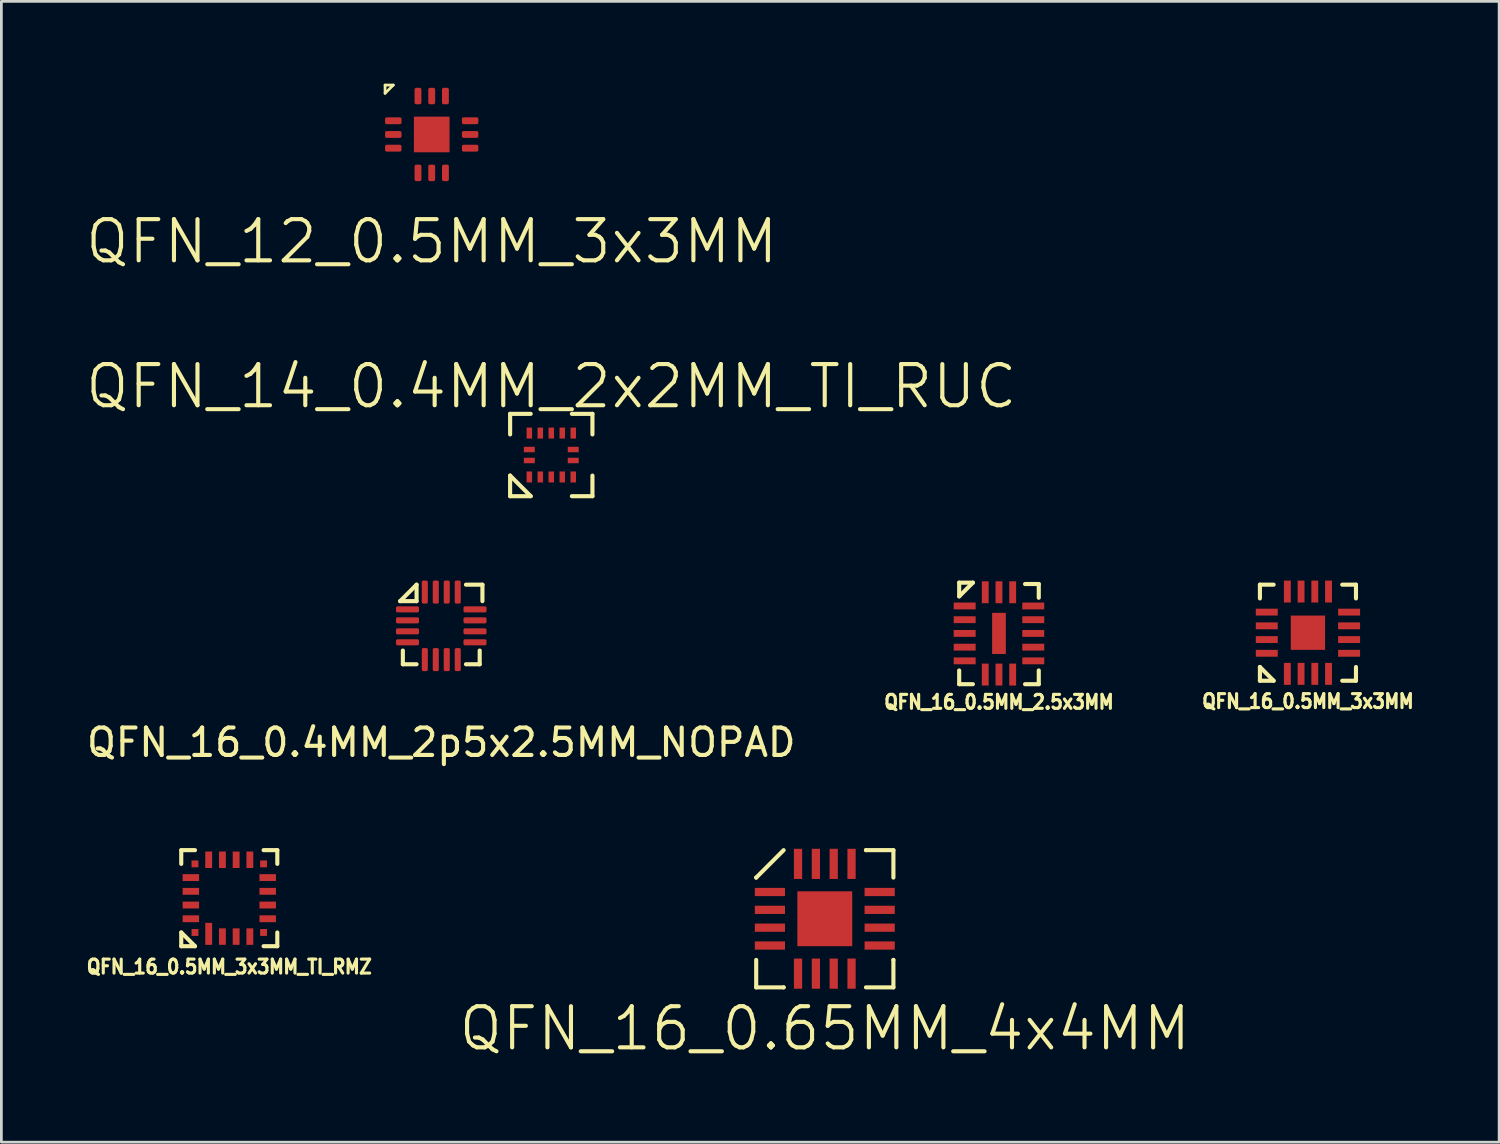
<source format=kicad_pcb>
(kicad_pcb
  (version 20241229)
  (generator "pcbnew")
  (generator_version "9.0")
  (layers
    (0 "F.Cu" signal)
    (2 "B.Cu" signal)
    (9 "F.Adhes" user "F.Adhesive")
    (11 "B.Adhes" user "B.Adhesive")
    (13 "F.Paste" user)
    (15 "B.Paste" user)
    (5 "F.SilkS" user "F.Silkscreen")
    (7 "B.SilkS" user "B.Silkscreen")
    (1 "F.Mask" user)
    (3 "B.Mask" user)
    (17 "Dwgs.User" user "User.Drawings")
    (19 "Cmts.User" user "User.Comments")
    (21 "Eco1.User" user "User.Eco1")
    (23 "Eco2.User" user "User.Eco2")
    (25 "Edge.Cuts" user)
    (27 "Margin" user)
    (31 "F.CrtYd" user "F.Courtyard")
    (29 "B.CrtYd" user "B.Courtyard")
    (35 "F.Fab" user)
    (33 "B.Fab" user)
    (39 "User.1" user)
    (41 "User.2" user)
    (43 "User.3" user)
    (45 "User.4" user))
  (footprint "QFN_12_0.5MM_3x3MM"
    (layer "F.Cu")
    (at 12.682 1.85)
    (property "Reference" "QFN_12_0.5MM_3x3MM" (at 0 3.9 0) (layer "F.SilkS") (effects (font (size 1.5 1.5) (thickness 0.15))))
    (attr through_hole)
    (fp_line (start -1.7 -1.8) (end -1.7 -1.5) (stroke (width 0.1) (type solid)) (layer "F.SilkS"))
    (fp_line (start -1.7 -1.5) (end -1.4 -1.8) (stroke (width 0.1) (type solid)) (layer "F.SilkS"))
    (fp_line (start -1.4 -1.8) (end -1.7 -1.8) (stroke (width 0.1) (type solid)) (layer "F.SilkS"))
    (pad "1" smd roundrect (at -1.4 -0.5) (size 0.6 0.25) (layers "F.Cu" "F.Mask" "F.Paste") (roundrect_rratio 0.25))
    (pad "2" smd roundrect (at -1.4 0) (size 0.6 0.25) (layers "F.Cu" "F.Mask" "F.Paste") (roundrect_rratio 0.25))
    (pad "3" smd roundrect (at -1.4 0.5) (size 0.6 0.25) (layers "F.Cu" "F.Mask" "F.Paste") (roundrect_rratio 0.25))
    (pad "4" smd roundrect (at -0.5 1.4 90) (size 0.6 0.25) (layers "F.Cu" "F.Mask" "F.Paste") (roundrect_rratio 0.25))
    (pad "5" smd roundrect (at 0 1.4 90) (size 0.6 0.25) (layers "F.Cu" "F.Mask" "F.Paste") (roundrect_rratio 0.25))
    (pad "6" smd roundrect (at 0.5 1.4 90) (size 0.6 0.25) (layers "F.Cu" "F.Mask" "F.Paste") (roundrect_rratio 0.25))
    (pad "7" smd roundrect (at 1.4 0.5) (size 0.6 0.25) (layers "F.Cu" "F.Mask" "F.Paste") (roundrect_rratio 0.25))
    (pad "8" smd roundrect (at 1.4 0) (size 0.6 0.25) (layers "F.Cu" "F.Mask" "F.Paste") (roundrect_rratio 0.25))
    (pad "9" smd roundrect (at 1.4 -0.5) (size 0.6 0.25) (layers "F.Cu" "F.Mask" "F.Paste") (roundrect_rratio 0.25))
    (pad "10" smd roundrect (at 0.5 -1.4 90) (size 0.6 0.25) (layers "F.Cu" "F.Mask" "F.Paste") (roundrect_rratio 0.25))
    (pad "11" smd roundrect (at 0 -1.4 90) (size 0.6 0.25) (layers "F.Cu" "F.Mask" "F.Paste") (roundrect_rratio 0.25))
    (pad "12" smd roundrect (at -0.5 -1.4 90) (size 0.6 0.25) (layers "F.Cu" "F.Mask" "F.Paste") (roundrect_rratio 0.25))
    (pad "PAD" smd rect (at 0 0 90) (size 1.3 1.3) (layers "F.Cu" "F.Mask" "F.Paste")))
  (footprint "QFN_16_0.4MM_2p5x2.5MM_NOPAD"
    (layer "F.Cu")
    (at 13.03 19.756)
    (property "Reference" "QFN_16_0.4MM_2p5x2.5MM_NOPAD" (at 0 4.25 0) (layer "F.SilkS") (effects (font (size 1 1) (thickness 0.15))))
    (attr through_hole)
    (fp_line (start -1.5 -0.9) (end -0.9 -1.5) (stroke (width 0.15) (type solid)) (layer "F.SilkS"))
    (fp_line (start -1.4 0.9) (end -1.4 1.4) (stroke (width 0.15) (type solid)) (layer "F.SilkS"))
    (fp_line (start -1.4 1.4) (end -0.9 1.4) (stroke (width 0.15) (type solid)) (layer "F.SilkS"))
    (fp_line (start -0.9 -1.5) (end -0.9 -0.9) (stroke (width 0.15) (type solid)) (layer "F.SilkS"))
    (fp_line (start -0.9 -0.9) (end -1.5 -0.9) (stroke (width 0.15) (type solid)) (layer "F.SilkS"))
    (fp_line (start 0.9 -1.5) (end 1.5 -1.5) (stroke (width 0.15) (type solid)) (layer "F.SilkS"))
    (fp_line (start 0.9 1.4) (end 1.4 1.4) (stroke (width 0.15) (type solid)) (layer "F.SilkS"))
    (fp_line (start 1.4 1.4) (end 1.4 0.9) (stroke (width 0.15) (type solid)) (layer "F.SilkS"))
    (fp_line (start 1.5 -1.5) (end 1.5 -0.9) (stroke (width 0.15) (type solid)) (layer "F.SilkS"))
    (pad "1" smd roundrect (at -1.23 -0.6) (size 0.84 0.22) (layers "F.Cu" "F.Mask" "F.Paste") (roundrect_rratio 0.25))
    (pad "2" smd roundrect (at -1.23 -0.2) (size 0.84 0.22) (layers "F.Cu" "F.Mask" "F.Paste") (roundrect_rratio 0.25))
    (pad "3" smd roundrect (at -1.23 0.2) (size 0.84 0.22) (layers "F.Cu" "F.Mask" "F.Paste") (roundrect_rratio 0.25))
    (pad "4" smd roundrect (at -1.23 0.6) (size 0.84 0.22) (layers "F.Cu" "F.Mask" "F.Paste") (roundrect_rratio 0.25))
    (pad "5" smd roundrect (at -0.6 1.23 90) (size 0.84 0.22) (layers "F.Cu" "F.Mask" "F.Paste") (roundrect_rratio 0.25))
    (pad "6" smd roundrect (at -0.2 1.23 90) (size 0.84 0.22) (layers "F.Cu" "F.Mask" "F.Paste") (roundrect_rratio 0.25))
    (pad "7" smd roundrect (at 0.2 1.23 90) (size 0.84 0.22) (layers "F.Cu" "F.Mask" "F.Paste") (roundrect_rratio 0.25))
    (pad "8" smd roundrect (at 0.6 1.23 90) (size 0.84 0.22) (layers "F.Cu" "F.Mask" "F.Paste") (roundrect_rratio 0.25))
    (pad "9" smd roundrect (at 1.23 0.6) (size 0.84 0.22) (layers "F.Cu" "F.Mask" "F.Paste") (roundrect_rratio 0.25))
    (pad "10" smd roundrect (at 1.23 0.2) (size 0.84 0.22) (layers "F.Cu" "F.Mask" "F.Paste") (roundrect_rratio 0.25))
    (pad "11" smd roundrect (at 1.23 -0.2) (size 0.84 0.22) (layers "F.Cu" "F.Mask" "F.Paste") (roundrect_rratio 0.25))
    (pad "12" smd roundrect (at 1.23 -0.6) (size 0.84 0.22) (layers "F.Cu" "F.Mask" "F.Paste") (roundrect_rratio 0.25))
    (pad "13" smd roundrect (at 0.6 -1.23 90) (size 0.84 0.22) (layers "F.Cu" "F.Mask" "F.Paste") (roundrect_rratio 0.25))
    (pad "14" smd roundrect (at 0.2 -1.23 90) (size 0.84 0.22) (layers "F.Cu" "F.Mask" "F.Paste") (roundrect_rratio 0.25))
    (pad "15" smd roundrect (at -0.2 -1.23 90) (size 0.84 0.22) (layers "F.Cu" "F.Mask" "F.Paste") (roundrect_rratio 0.25))
    (pad "16" smd roundrect (at -0.6 -1.23 90) (size 0.84 0.22) (layers "F.Cu" "F.Mask" "F.Paste") (roundrect_rratio 0.25)))
  (footprint "QFN_16_0.5MM_3x3MM"
    (layer "F.Cu")
    (at 44.612 20.006)
    (property "Reference" "QFN_16_0.5MM_3x3MM" (at 0 2.5 0) (layer "F.SilkS") (effects (font (size 0.508 0.457) (thickness 0.114))))
    (attr through_hole)
    (fp_line (start -1.75 -1.75) (end -1.25 -1.75) (stroke (width 0.15) (type solid)) (layer "F.SilkS"))
    (fp_line (start -1.75 -1.25) (end -1.75 -1.75) (stroke (width 0.15) (type solid)) (layer "F.SilkS"))
    (fp_line (start -1.75 1.25) (end -1.25 1.75) (stroke (width 0.15) (type solid)) (layer "F.SilkS"))
    (fp_line (start -1.75 1.75) (end -1.75 1.25) (stroke (width 0.15) (type solid)) (layer "F.SilkS"))
    (fp_line (start -1.25 1.75) (end -1.75 1.75) (stroke (width 0.15) (type solid)) (layer "F.SilkS"))
    (fp_line (start 1.25 -1.75) (end 1.75 -1.75) (stroke (width 0.15) (type solid)) (layer "F.SilkS"))
    (fp_line (start 1.75 -1.75) (end 1.75 -1.25) (stroke (width 0.15) (type solid)) (layer "F.SilkS"))
    (fp_line (start 1.75 1.25) (end 1.75 1.75) (stroke (width 0.15) (type solid)) (layer "F.SilkS"))
    (fp_line (start 1.75 1.75) (end 1.25 1.75) (stroke (width 0.15) (type solid)) (layer "F.SilkS"))
    (pad "1" smd rect (at -0.75 1.5) (size 0.25 0.8) (layers "F.Cu" "F.Mask" "F.Paste"))
    (pad "2" smd rect (at -0.25 1.5) (size 0.25 0.8) (layers "F.Cu" "F.Mask" "F.Paste"))
    (pad "3" smd rect (at 0.25 1.5) (size 0.25 0.8) (layers "F.Cu" "F.Mask" "F.Paste"))
    (pad "4" smd rect (at 0.75 1.5) (size 0.25 0.8) (layers "F.Cu" "F.Mask" "F.Paste"))
    (pad "5" smd rect (at 1.5 0.75 90) (size 0.25 0.8) (layers "F.Cu" "F.Mask" "F.Paste"))
    (pad "6" smd rect (at 1.5 0.25 90) (size 0.25 0.8) (layers "F.Cu" "F.Mask" "F.Paste"))
    (pad "7" smd rect (at 1.5 -0.25 90) (size 0.25 0.8) (layers "F.Cu" "F.Mask" "F.Paste"))
    (pad "8" smd rect (at 1.5 -0.75 270) (size 0.25 0.8) (layers "F.Cu" "F.Mask" "F.Paste"))
    (pad "9" smd rect (at 0.75 -1.5) (size 0.25 0.8) (layers "F.Cu" "F.Mask" "F.Paste"))
    (pad "10" smd rect (at 0.25 -1.5) (size 0.25 0.8) (layers "F.Cu" "F.Mask" "F.Paste"))
    (pad "11" smd rect (at -0.25 -1.5) (size 0.25 0.8) (layers "F.Cu" "F.Mask" "F.Paste"))
    (pad "12" smd rect (at -0.75 -1.5) (size 0.25 0.8) (layers "F.Cu" "F.Mask" "F.Paste"))
    (pad "13" smd rect (at -1.5 -0.75 90) (size 0.25 0.8) (layers "F.Cu" "F.Mask" "F.Paste"))
    (pad "14" smd rect (at -1.5 -0.25 90) (size 0.25 0.8) (layers "F.Cu" "F.Mask" "F.Paste"))
    (pad "15" smd rect (at -1.5 0.25 90) (size 0.25 0.8) (layers "F.Cu" "F.Mask" "F.Paste"))
    (pad "16" smd rect (at -1.5 0.75 90) (size 0.25 0.8) (layers "F.Cu" "F.Mask" "F.Paste"))
    (pad "PAD" smd rect (at -0.25 -0.25) (size 0.5 0.5) (layers "F.Cu" "F.Paste"))
    (pad "PAD" smd rect (at -0.25 0.25) (size 0.5 0.5) (layers "F.Cu" "F.Paste"))
    (pad "PAD" smd rect (at 0 0) (size 1.25 1.25) (layers "F.Cu" "F.Mask"))
    (pad "PAD" smd rect (at 0.25 -0.25) (size 0.5 0.5) (layers "F.Cu" "F.Paste"))
    (pad "PAD" smd rect (at 0.25 0.25) (size 0.5 0.5) (layers "F.Cu" "F.Paste")))
  (footprint "QFN_16_0.5MM_2.5x3MM"
    (layer "F.Cu")
    (at 33.353 20.032)
    (property "Reference" "QFN_16_0.5MM_2.5x3MM" (at 0 2.5 0) (layer "F.SilkS") (effects (font (size 0.508 0.457) (thickness 0.114))))
    (attr through_hole)
    (fp_line (start -1.45 -1.85) (end -0.95 -1.85) (stroke (width 0.15) (type solid)) (layer "F.SilkS"))
    (fp_line (start -1.45 -1.35) (end -1.45 -1.85) (stroke (width 0.15) (type solid)) (layer "F.SilkS"))
    (fp_line (start -1.45 1.85) (end -1.45 1.35) (stroke (width 0.15) (type solid)) (layer "F.SilkS"))
    (fp_line (start -0.95 -1.85) (end -1.45 -1.35) (stroke (width 0.15) (type solid)) (layer "F.SilkS"))
    (fp_line (start -0.95 1.85) (end -1.45 1.85) (stroke (width 0.15) (type solid)) (layer "F.SilkS"))
    (fp_line (start 0.95 -1.8) (end 1.45 -1.8) (stroke (width 0.15) (type solid)) (layer "F.SilkS"))
    (fp_line (start 1.45 -1.8) (end 1.45 -1.3) (stroke (width 0.15) (type solid)) (layer "F.SilkS"))
    (fp_line (start 1.45 1.35) (end 1.45 1.85) (stroke (width 0.15) (type solid)) (layer "F.SilkS"))
    (fp_line (start 1.45 1.85) (end 0.95 1.85) (stroke (width 0.15) (type solid)) (layer "F.SilkS"))
    (pad "1" smd rect (at -1.25 -1 270) (size 0.25 0.8) (layers "F.Cu" "F.Mask" "F.Paste"))
    (pad "2" smd rect (at -1.25 -0.5 270) (size 0.25 0.8) (layers "F.Cu" "F.Mask" "F.Paste"))
    (pad "3" smd rect (at -1.25 0 270) (size 0.25 0.8) (layers "F.Cu" "F.Mask" "F.Paste"))
    (pad "4" smd rect (at -1.25 0.5 270) (size 0.25 0.8) (layers "F.Cu" "F.Mask" "F.Paste"))
    (pad "5" smd rect (at -1.25 1 270) (size 0.25 0.8) (layers "F.Cu" "F.Mask" "F.Paste"))
    (pad "6" smd rect (at -0.5 1.5) (size 0.25 0.8) (layers "F.Cu" "F.Mask" "F.Paste"))
    (pad "7" smd rect (at 0 1.5) (size 0.25 0.8) (layers "F.Cu" "F.Mask" "F.Paste"))
    (pad "8" smd rect (at 0.5 1.5 180) (size 0.25 0.8) (layers "F.Cu" "F.Mask" "F.Paste"))
    (pad "9" smd rect (at 1.25 1 270) (size 0.25 0.8) (layers "F.Cu" "F.Mask" "F.Paste"))
    (pad "10" smd rect (at 1.25 0.5 270) (size 0.25 0.8) (layers "F.Cu" "F.Mask" "F.Paste"))
    (pad "11" smd rect (at 1.25 0 270) (size 0.25 0.8) (layers "F.Cu" "F.Mask" "F.Paste"))
    (pad "12" smd rect (at 1.25 -0.5 270) (size 0.25 0.8) (layers "F.Cu" "F.Mask" "F.Paste"))
    (pad "13" smd rect (at 1.25 -1 90) (size 0.25 0.8) (layers "F.Cu" "F.Mask" "F.Paste"))
    (pad "14" smd rect (at 0.5 -1.5) (size 0.25 0.8) (layers "F.Cu" "F.Mask" "F.Paste"))
    (pad "15" smd rect (at 0 -1.5) (size 0.25 0.8) (layers "F.Cu" "F.Mask" "F.Paste"))
    (pad "16" smd rect (at -0.5 -1.5) (size 0.25 0.8) (layers "F.Cu" "F.Mask" "F.Paste"))
    (pad "PAD" smd rect (at 0 0) (size 0.5 1.5) (layers "F.Cu" "F.Mask" "F.Paste")))
  (footprint "QFN_14_0.4MM_2x2MM_TI_RUC"
    (layer "F.Cu")
    (at 17.039 13.531)
    (property "Reference" "QFN_14_0.4MM_2x2MM_TI_RUC" (at 0 -2.5 0) (layer "F.SilkS") (effects (font (size 1.5 1.5) (thickness 0.15))))
    (attr through_hole)
    (fp_line (start -1.5 -1.5) (end -1.5 -0.75) (stroke (width 0.15) (type solid)) (layer "F.SilkS"))
    (fp_line (start -1.5 0.75) (end -1.5 1.5) (stroke (width 0.15) (type solid)) (layer "F.SilkS"))
    (fp_line (start -1.5 1.5) (end -0.75 1.5) (stroke (width 0.15) (type solid)) (layer "F.SilkS"))
    (fp_line (start -0.75 -1.5) (end -1.5 -1.5) (stroke (width 0.15) (type solid)) (layer "F.SilkS"))
    (fp_line (start -0.75 1.5) (end -1.5 0.75) (stroke (width 0.15) (type solid)) (layer "F.SilkS"))
    (fp_line (start 0.75 -1.5) (end 1.5 -1.5) (stroke (width 0.15) (type solid)) (layer "F.SilkS"))
    (fp_line (start 1.5 -1.5) (end 1.5 -0.75) (stroke (width 0.15) (type solid)) (layer "F.SilkS"))
    (fp_line (start 1.5 0.75) (end 1.5 1.5) (stroke (width 0.15) (type solid)) (layer "F.SilkS"))
    (fp_line (start 1.5 1.5) (end 0.75 1.5) (stroke (width 0.15) (type solid)) (layer "F.SilkS"))
    (pad "1" smd rect (at -0.8 0.8) (size 0.2 0.4) (layers "F.Cu" "F.Mask" "F.Paste"))
    (pad "2" smd rect (at -0.4 0.8) (size 0.2 0.4) (layers "F.Cu" "F.Mask" "F.Paste"))
    (pad "3" smd rect (at 0 0.8) (size 0.2 0.4) (layers "F.Cu" "F.Mask" "F.Paste"))
    (pad "4" smd rect (at 0.4 0.8) (size 0.2 0.4) (layers "F.Cu" "F.Mask" "F.Paste"))
    (pad "5" smd rect (at 0.8 0.8) (size 0.2 0.4) (layers "F.Cu" "F.Mask" "F.Paste"))
    (pad "6" smd rect (at 0.8 0.2 90) (size 0.2 0.4) (layers "F.Cu" "F.Mask" "F.Paste"))
    (pad "7" smd rect (at 0.8 -0.2 90) (size 0.2 0.4) (layers "F.Cu" "F.Mask" "F.Paste"))
    (pad "8" smd rect (at 0.8 -0.8) (size 0.2 0.4) (layers "F.Cu" "F.Mask" "F.Paste"))
    (pad "9" smd rect (at 0.4 -0.8) (size 0.2 0.4) (layers "F.Cu" "F.Mask" "F.Paste"))
    (pad "10" smd rect (at 0 -0.8) (size 0.2 0.4) (layers "F.Cu" "F.Mask" "F.Paste"))
    (pad "11" smd rect (at -0.4 -0.8) (size 0.2 0.4) (layers "F.Cu" "F.Mask" "F.Paste"))
    (pad "12" smd rect (at -0.8 -0.8) (size 0.2 0.4) (layers "F.Cu" "F.Mask" "F.Paste"))
    (pad "13" smd rect (at -0.8 -0.2 90) (size 0.2 0.4) (layers "F.Cu" "F.Mask" "F.Paste"))
    (pad "14" smd rect (at -0.8 0.2 90) (size 0.2 0.4) (layers "F.Cu" "F.Mask" "F.Paste")))
  (footprint "QFN_16_0.5MM_3x3MM_TI_RMZ"
    (layer "F.Cu")
    (at 5.305 29.68)
    (property "Reference" "QFN_16_0.5MM_3x3MM_TI_RMZ" (at 0 2.5 0) (layer "F.SilkS") (effects (font (size 0.508 0.457) (thickness 0.114))))
    (attr through_hole)
    (fp_line (start -1.75 -1.75) (end -1.25 -1.75) (stroke (width 0.15) (type solid)) (layer "F.SilkS"))
    (fp_line (start -1.75 -1.25) (end -1.75 -1.75) (stroke (width 0.15) (type solid)) (layer "F.SilkS"))
    (fp_line (start -1.75 1.25) (end -1.25 1.75) (stroke (width 0.15) (type solid)) (layer "F.SilkS"))
    (fp_line (start -1.75 1.75) (end -1.75 1.25) (stroke (width 0.15) (type solid)) (layer "F.SilkS"))
    (fp_line (start -1.25 1.75) (end -1.75 1.75) (stroke (width 0.15) (type solid)) (layer "F.SilkS"))
    (fp_line (start 1.25 -1.75) (end 1.75 -1.75) (stroke (width 0.15) (type solid)) (layer "F.SilkS"))
    (fp_line (start 1.75 -1.75) (end 1.75 -1.25) (stroke (width 0.15) (type solid)) (layer "F.SilkS"))
    (fp_line (start 1.75 1.25) (end 1.75 1.75) (stroke (width 0.15) (type solid)) (layer "F.SilkS"))
    (fp_line (start 1.75 1.75) (end 1.25 1.75) (stroke (width 0.15) (type solid)) (layer "F.SilkS"))
    (pad "1" smd rect (at -0.75 1.3) (size 0.25 0.8) (layers "F.Cu" "F.Mask" "F.Paste"))
    (pad "2" smd rect (at -0.25 1.4) (size 0.25 0.6) (layers "F.Cu" "F.Mask" "F.Paste"))
    (pad "3" smd rect (at 0.25 1.4) (size 0.25 0.6) (layers "F.Cu" "F.Mask" "F.Paste"))
    (pad "4" smd rect (at 0.75 1.4) (size 0.25 0.6) (layers "F.Cu" "F.Mask" "F.Paste"))
    (pad "5" smd rect (at 1.4 0.75 90) (size 0.25 0.6) (layers "F.Cu" "F.Mask" "F.Paste"))
    (pad "6" smd rect (at 1.4 0.25 90) (size 0.25 0.6) (layers "F.Cu" "F.Mask" "F.Paste"))
    (pad "7" smd rect (at 1.4 -0.25 90) (size 0.25 0.6) (layers "F.Cu" "F.Mask" "F.Paste"))
    (pad "8" smd rect (at 1.4 -0.75 270) (size 0.25 0.6) (layers "F.Cu" "F.Mask" "F.Paste"))
    (pad "9" smd rect (at 0.75 -1.4) (size 0.25 0.6) (layers "F.Cu" "F.Mask" "F.Paste"))
    (pad "10" smd rect (at 0.25 -1.4) (size 0.25 0.6) (layers "F.Cu" "F.Mask" "F.Paste"))
    (pad "11" smd rect (at -0.25 -1.4) (size 0.25 0.6) (layers "F.Cu" "F.Mask" "F.Paste"))
    (pad "12" smd rect (at -0.75 -1.4) (size 0.25 0.6) (layers "F.Cu" "F.Mask" "F.Paste"))
    (pad "13" smd rect (at -1.4 -0.75 90) (size 0.25 0.6) (layers "F.Cu" "F.Mask" "F.Paste"))
    (pad "14" smd rect (at -1.4 -0.25 90) (size 0.25 0.6) (layers "F.Cu" "F.Mask" "F.Paste"))
    (pad "15" smd rect (at -1.4 0.25 90) (size 0.25 0.6) (layers "F.Cu" "F.Mask" "F.Paste"))
    (pad "16" smd rect (at -1.4 0.75 90) (size 0.25 0.6) (layers "F.Cu" "F.Mask" "F.Paste"))
    (pad "~" smd rect (at -1.25 -1.25) (size 0.25 0.25) (layers "F.Cu" "F.Mask" "F.Paste"))
    (pad "~" smd rect (at -1.25 1.25) (size 0.25 0.25) (layers "F.Cu" "F.Mask" "F.Paste"))
    (pad "~" smd rect (at 1.25 -1.25) (size 0.25 0.25) (layers "F.Cu" "F.Mask" "F.Paste"))
    (pad "~" smd rect (at 1.25 1.25) (size 0.25 0.25) (layers "F.Cu" "F.Mask" "F.Paste")))
  (footprint "QFN_16_0.65MM_4x4MM"
    (layer "F.Cu")
    (at 27.006 30.43)
    (property "Reference" "QFN_16_0.65MM_4x4MM" (at 0 4 0) (layer "F.SilkS") (effects (font (size 1.5 1.5) (thickness 0.15))))
    (attr smd)
    (fp_line (start -2.5 -1.5) (end -2.5 -1.5) (stroke (width 0.15) (type solid)) (layer "F.SilkS"))
    (fp_line (start -2.5 1.5) (end -2.5 2.5) (stroke (width 0.15) (type solid)) (layer "F.SilkS"))
    (fp_line (start -2.5 2.5) (end -1.5 2.5) (stroke (width 0.15) (type solid)) (layer "F.SilkS"))
    (fp_line (start -1.5 -2.5) (end -2.5 -1.5) (stroke (width 0.15) (type solid)) (layer "F.SilkS"))
    (fp_line (start -1.5 2.5) (end -1.5 2.5) (stroke (width 0.15) (type solid)) (layer "F.SilkS"))
    (fp_line (start 1.5 -2.5) (end 1.5 -2.5) (stroke (width 0.15) (type solid)) (layer "F.SilkS"))
    (fp_line (start 1.5 2.5) (end 2.5 2.5) (stroke (width 0.15) (type solid)) (layer "F.SilkS"))
    (fp_line (start 2.5 -2.5) (end 1.5 -2.5) (stroke (width 0.15) (type solid)) (layer "F.SilkS"))
    (fp_line (start 2.5 -1.5) (end 2.5 -2.5) (stroke (width 0.15) (type solid)) (layer "F.SilkS"))
    (fp_line (start 2.5 1.5) (end 2.5 1.5) (stroke (width 0.15) (type solid)) (layer "F.SilkS"))
    (fp_line (start 2.5 2.5) (end 2.5 1.5) (stroke (width 0.15) (type solid)) (layer "F.SilkS"))
    (pad "1" smd rect (at -2 -0.975 90) (size 0.3 1.1) (layers "F.Cu" "F.Mask" "F.Paste"))
    (pad "2" smd rect (at -2 -0.325 90) (size 0.3 1.1) (layers "F.Cu" "F.Mask" "F.Paste"))
    (pad "3" smd rect (at -2 0.325 90) (size 0.3 1.1) (layers "F.Cu" "F.Mask" "F.Paste"))
    (pad "4" smd rect (at -2 0.975 90) (size 0.3 1.1) (layers "F.Cu" "F.Mask" "F.Paste"))
    (pad "5" smd rect (at -0.975 2) (size 0.3 1.1) (layers "F.Cu" "F.Mask" "F.Paste"))
    (pad "6" smd rect (at -0.325 2) (size 0.3 1.1) (layers "F.Cu" "F.Mask" "F.Paste"))
    (pad "7" smd rect (at 0.325 2) (size 0.3 1.1) (layers "F.Cu" "F.Mask" "F.Paste"))
    (pad "8" smd rect (at 0.975 2) (size 0.3 1.1) (layers "F.Cu" "F.Mask" "F.Paste"))
    (pad "9" smd rect (at 2 0.975 90) (size 0.3 1.1) (layers "F.Cu" "F.Mask" "F.Paste"))
    (pad "10" smd rect (at 2 0.325 90) (size 0.3 1.1) (layers "F.Cu" "F.Mask" "F.Paste"))
    (pad "11" smd rect (at 2 -0.325 90) (size 0.3 1.1) (layers "F.Cu" "F.Mask" "F.Paste"))
    (pad "12" smd rect (at 2 -0.975 90) (size 0.3 1.1) (layers "F.Cu" "F.Mask" "F.Paste"))
    (pad "13" smd rect (at 0.975 -2) (size 0.3 1.1) (layers "F.Cu" "F.Mask" "F.Paste"))
    (pad "14" smd rect (at 0.325 -2) (size 0.3 1.1) (layers "F.Cu" "F.Mask" "F.Paste"))
    (pad "15" smd rect (at -0.325 -2) (size 0.3 1.1) (layers "F.Cu" "F.Mask" "F.Paste"))
    (pad "16" smd rect (at -0.975 -2) (size 0.3 1.1) (layers "F.Cu" "F.Mask" "F.Paste"))
    (pad "PAD" smd rect (at 0 0) (size 2 2) (layers "F.Cu" "F.Mask" "F.Paste")))
  (gr_rect
    (start -3 -3)
    (end 51.579 38.571)
    (stroke (width 0.1) (type default))
    (fill no)
    (layer "Edge.Cuts")))
</source>
